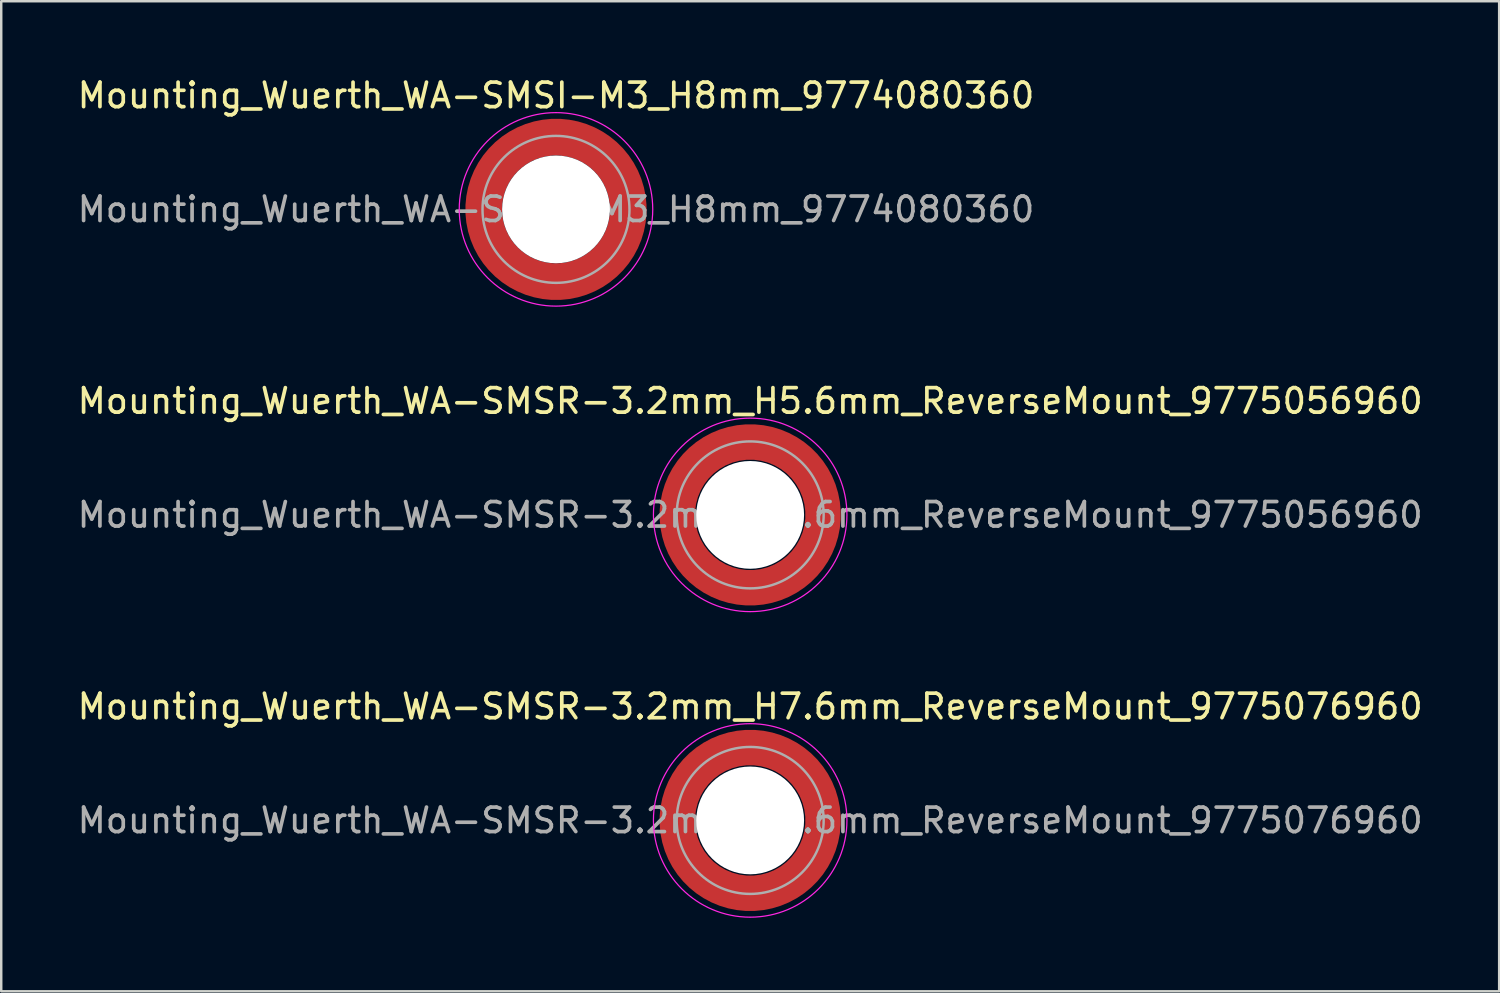
<source format=kicad_pcb>
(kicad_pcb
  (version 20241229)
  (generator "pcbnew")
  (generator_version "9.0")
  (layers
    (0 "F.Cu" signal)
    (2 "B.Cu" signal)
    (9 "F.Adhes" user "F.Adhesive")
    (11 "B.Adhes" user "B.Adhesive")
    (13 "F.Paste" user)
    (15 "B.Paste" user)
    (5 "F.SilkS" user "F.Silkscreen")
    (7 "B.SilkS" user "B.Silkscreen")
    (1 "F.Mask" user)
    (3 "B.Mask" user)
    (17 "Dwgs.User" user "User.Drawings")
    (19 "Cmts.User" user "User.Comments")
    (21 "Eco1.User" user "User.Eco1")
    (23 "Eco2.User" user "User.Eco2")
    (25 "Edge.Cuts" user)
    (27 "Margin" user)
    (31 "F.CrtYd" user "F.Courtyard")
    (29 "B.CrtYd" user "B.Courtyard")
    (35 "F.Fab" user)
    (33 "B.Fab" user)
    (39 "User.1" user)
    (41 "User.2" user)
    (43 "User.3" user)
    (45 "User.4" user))
  (footprint "Mounting_Wuerth_WA-SMSI-M3_H8mm_9774080360"
    (layer "F.Cu")
    (at 19.649 5.498)
    (property "Reference" "Mounting_Wuerth_WA-SMSI-M3_H8mm_9774080360" (at 0 -4.65 0) (layer "F.SilkS") (effects (font (size 1 1) (thickness 0.15))))
    (attr smd allow_soldermask_bridges)
    (fp_circle (center 0 0) (end 3.95 0) (stroke (width 0.05) (type solid)) (fill no) (layer "F.CrtYd"))
    (fp_circle (center 0 0) (end 3 0) (stroke (width 0.1) (type solid)) (fill no) (layer "F.Fab"))
    (fp_text user "${REFERENCE}" (at 0 0 0) (layer "F.Fab") (effects (font (size 1 1) (thickness 0.15))))
    (pad "" smd custom (at -2.058 -2.058) (size 0.55 0.55) (layers "F.Paste") (options (anchor circle)) (primitives (gr_arc (start -0.377294 1.707681) (mid 0.318198 0.318198) (end 1.707681 -0.377294) (width 0.2)) (gr_arc (start -0.478281 1.707681) (mid 0.247487 0.247487) (end 1.707681 -0.478281) (width 0.2)) (gr_arc (start -0.579192 1.707681) (mid 0.176777 0.176777) (end 1.707681 -0.579192) (width 0.2)) (gr_arc (start -0.680037 1.707681) (mid 0.106066 0.106066) (end 1.707681 -0.680037) (width 0.2)) (gr_arc (start -0.780822 1.707681) (mid 0.035355 0.035355) (end 1.707681 -0.780822) (width 0.2)) (gr_arc (start -0.881554 1.707681) (mid -0.035355 -0.035355) (end 1.707681 -0.881554) (width 0.2)) (gr_arc (start -0.982237 1.707681) (mid -0.106066 -0.106066) (end 1.707681 -0.982237) (width 0.2)) (gr_arc (start -1.082877 1.707681) (mid -0.176777 -0.176777) (end 1.707681 -1.082877) (width 0.2)) (gr_arc (start -1.183476 1.707681) (mid -0.247487 -0.247487) (end 1.707681 -1.183476) (width 0.2)) (gr_arc (start -1.28404 1.707681) (mid -0.318198 -0.318198) (end 1.707681 -1.28404) (width 0.2)) (gr_line (start 1.708 -0.377) (end 1.708 -1.284) (width 0.2)) (gr_line (start -0.377 1.708) (end -1.284 1.708) (width 0.2))))
    (pad "" smd custom (at -2.058 2.058) (size 0.55 0.55) (layers "F.Paste") (options (anchor circle)) (primitives (gr_arc (start 1.707681 0.377294) (mid 0.318198 -0.318198) (end -0.377294 -1.707681) (width 0.2)) (gr_arc (start 1.707681 0.478281) (mid 0.247487 -0.247487) (end -0.478281 -1.707681) (width 0.2)) (gr_arc (start 1.707681 0.579192) (mid 0.176777 -0.176777) (end -0.579192 -1.707681) (width 0.2)) (gr_arc (start 1.707681 0.680037) (mid 0.106066 -0.106066) (end -0.680037 -1.707681) (width 0.2)) (gr_arc (start 1.707681 0.780822) (mid 0.035355 -0.035355) (end -0.780822 -1.707681) (width 0.2)) (gr_arc (start 1.707681 0.881554) (mid -0.035355 0.035355) (end -0.881554 -1.707681) (width 0.2)) (gr_arc (start 1.707681 0.982237) (mid -0.106066 0.106066) (end -0.982237 -1.707681) (width 0.2)) (gr_arc (start 1.707681 1.082877) (mid -0.176777 0.176777) (end -1.082877 -1.707681) (width 0.2)) (gr_arc (start 1.707681 1.183476) (mid -0.247487 0.247487) (end -1.183476 -1.707681) (width 0.2)) (gr_arc (start 1.707681 1.28404) (mid -0.318198 0.318198) (end -1.28404 -1.707681) (width 0.2)) (gr_line (start -0.377 -1.708) (end -1.284 -1.708) (width 0.2)) (gr_line (start 1.708 0.377) (end 1.708 1.284) (width 0.2))))
    (pad "" np_thru_hole circle (at 0 0) (size 4.4 4.4) (drill 4.4) (layers "*.Cu" "*.Mask"))
    (pad "" smd custom (at 2.058 -2.058) (size 0.55 0.55) (layers "F.Paste") (options (anchor circle)) (primitives (gr_arc (start -1.707681 -0.377294) (mid -0.318198 0.318198) (end 0.377294 1.707681) (width 0.2)) (gr_arc (start -1.707681 -0.478281) (mid -0.247487 0.247487) (end 0.478281 1.707681) (width 0.2)) (gr_arc (start -1.707681 -0.579192) (mid -0.176777 0.176777) (end 0.579192 1.707681) (width 0.2)) (gr_arc (start -1.707681 -0.680037) (mid -0.106066 0.106066) (end 0.680037 1.707681) (width 0.2)) (gr_arc (start -1.707681 -0.780822) (mid -0.035355 0.035355) (end 0.780822 1.707681) (width 0.2)) (gr_arc (start -1.707681 -0.881554) (mid 0.035355 -0.035355) (end 0.881554 1.707681) (width 0.2)) (gr_arc (start -1.707681 -0.982237) (mid 0.106066 -0.106066) (end 0.982237 1.707681) (width 0.2)) (gr_arc (start -1.707681 -1.082877) (mid 0.176777 -0.176777) (end 1.082877 1.707681) (width 0.2)) (gr_arc (start -1.707681 -1.183476) (mid 0.247487 -0.247487) (end 1.183476 1.707681) (width 0.2)) (gr_arc (start -1.707681 -1.28404) (mid 0.318198 -0.318198) (end 1.28404 1.707681) (width 0.2)) (gr_line (start 0.377 1.708) (end 1.284 1.708) (width 0.2)) (gr_line (start -1.708 -0.377) (end -1.708 -1.284) (width 0.2))))
    (pad "" smd custom (at 2.058 2.058) (size 0.55 0.55) (layers "F.Paste") (options (anchor circle)) (primitives (gr_arc (start 0.377294 -1.707681) (mid -0.318198 -0.318198) (end -1.707681 0.377294) (width 0.2)) (gr_arc (start 0.478281 -1.707681) (mid -0.247487 -0.247487) (end -1.707681 0.478281) (width 0.2)) (gr_arc (start 0.579192 -1.707681) (mid -0.176777 -0.176777) (end -1.707681 0.579192) (width 0.2)) (gr_arc (start 0.680037 -1.707681) (mid -0.106066 -0.106066) (end -1.707681 0.680037) (width 0.2)) (gr_arc (start 0.780822 -1.707681) (mid -0.035355 -0.035355) (end -1.707681 0.780822) (width 0.2)) (gr_arc (start 0.881554 -1.707681) (mid 0.035355 0.035355) (end -1.707681 0.881554) (width 0.2)) (gr_arc (start 0.982237 -1.707681) (mid 0.106066 0.106066) (end -1.707681 0.982237) (width 0.2)) (gr_arc (start 1.082877 -1.707681) (mid 0.176777 0.176777) (end -1.707681 1.082877) (width 0.2)) (gr_arc (start 1.183476 -1.707681) (mid 0.247487 0.247487) (end -1.707681 1.183476) (width 0.2)) (gr_arc (start 1.28404 -1.707681) (mid 0.318198 0.318198) (end -1.707681 1.28404) (width 0.2)) (gr_line (start -1.708 0.377) (end -1.708 1.284) (width 0.2)) (gr_line (start 0.377 -1.708) (end 1.284 -1.708) (width 0.2))))
    (pad "1" smd circle (at -2.95 0) (size 0.992 0.992) (layers "F.Cu"))
    (pad "1" smd circle (at 0 -2.95) (size 0.992 0.992) (layers "F.Cu"))
    (pad "1" smd circle (at 0 2.95) (size 0.992 0.992) (layers "F.Cu"))
    (pad "1" smd custom (at 2.95 0) (size 1.5 1.5) (layers "F.Cu" "F.Mask") (options (anchor circle)) (primitives (gr_circle (center -2.95 0) (end 0 0) (width 1.5) (fill no)))))
  (footprint "Mounting_Wuerth_WA-SMSR-3.2mm_H7.6mm_ReverseMount_9775076960"
    (layer "F.Cu")
    (at 27.577 30.445)
    (property "Reference" "Mounting_Wuerth_WA-SMSR-3.2mm_H7.6mm_ReverseMount_9775076960" (at 0 -4.65 0) (layer "F.SilkS") (effects (font (size 1 1) (thickness 0.15))))
    (attr smd allow_soldermask_bridges)
    (fp_circle (center 0 0) (end 3.95 0) (stroke (width 0.05) (type solid)) (fill no) (layer "F.CrtYd"))
    (fp_circle (center 0 0) (end 3 0) (stroke (width 0.1) (type solid)) (fill no) (layer "F.Fab"))
    (fp_text user "${REFERENCE}" (at 0 0 0) (layer "F.Fab") (effects (font (size 1 1) (thickness 0.15))))
    (pad "" smd custom (at -2.095 -2.095) (size 0.672 0.672) (layers "F.Paste") (options (anchor circle)) (primitives (gr_arc (start -0.24231 1.594804) (mid 0.404819 0.404819) (end 1.594804 -0.24231) (width 0.2)) (gr_arc (start -0.3398 1.594804) (mid 0.337349 0.337349) (end 1.594804 -0.3398) (width 0.2)) (gr_arc (start -0.437132 1.594804) (mid 0.269879 0.269879) (end 1.594804 -0.437132) (width 0.2)) (gr_arc (start -0.534324 1.594804) (mid 0.202409 0.202409) (end 1.594804 -0.534324) (width 0.2)) (gr_arc (start -0.631391 1.594804) (mid 0.13494 0.13494) (end 1.594804 -0.631391) (width 0.2)) (gr_arc (start -0.728345 1.594804) (mid 0.06747 0.06747) (end 1.594804 -0.728345) (width 0.2)) (gr_arc (start -0.825197 1.594804) (mid 0 0) (end 1.594804 -0.825197) (width 0.2)) (gr_arc (start -0.921958 1.594804) (mid -0.06747 -0.06747) (end 1.594804 -0.921958) (width 0.2)) (gr_arc (start -1.018637 1.594804) (mid -0.13494 -0.13494) (end 1.594804 -1.018637) (width 0.2)) (gr_arc (start -1.115239 1.594804) (mid -0.202409 -0.202409) (end 1.594804 -1.115239) (width 0.2)) (gr_arc (start -1.211773 1.594804) (mid -0.269879 -0.269879) (end 1.594804 -1.211773) (width 0.2)) (gr_arc (start -1.308244 1.594804) (mid -0.337349 -0.337349) (end 1.594804 -1.308244) (width 0.2)) (gr_arc (start -1.404657 1.594804) (mid -0.404819 -0.404819) (end 1.594804 -1.404657) (width 0.2)) (gr_arc (start -1.404657 1.594804) (mid -0.404819 -0.404819) (end 1.594804 -1.404657) (width 0.2)) (gr_line (start 1.595 -0.242) (end 1.595 -1.405) (width 0.2)) (gr_line (start -0.242 1.595) (end -1.405 1.595) (width 0.2))))
    (pad "" smd custom (at -2.095 2.095) (size 0.672 0.672) (layers "F.Paste") (options (anchor circle)) (primitives (gr_arc (start 1.594804 0.24231) (mid 0.404819 -0.404819) (end -0.24231 -1.594804) (width 0.2)) (gr_arc (start 1.594804 0.3398) (mid 0.337349 -0.337349) (end -0.3398 -1.594804) (width 0.2)) (gr_arc (start 1.594804 0.437132) (mid 0.269879 -0.269879) (end -0.437132 -1.594804) (width 0.2)) (gr_arc (start 1.594804 0.534324) (mid 0.202409 -0.202409) (end -0.534324 -1.594804) (width 0.2)) (gr_arc (start 1.594804 0.631391) (mid 0.13494 -0.13494) (end -0.631391 -1.594804) (width 0.2)) (gr_arc (start 1.594804 0.728345) (mid 0.06747 -0.06747) (end -0.728345 -1.594804) (width 0.2)) (gr_arc (start 1.594804 0.825197) (mid 0 0) (end -0.825197 -1.594804) (width 0.2)) (gr_arc (start 1.594804 0.921958) (mid -0.06747 0.06747) (end -0.921958 -1.594804) (width 0.2)) (gr_arc (start 1.594804 1.018637) (mid -0.13494 0.13494) (end -1.018637 -1.594804) (width 0.2)) (gr_arc (start 1.594804 1.115239) (mid -0.202409 0.202409) (end -1.115239 -1.594804) (width 0.2)) (gr_arc (start 1.594804 1.211773) (mid -0.269879 0.269879) (end -1.211773 -1.594804) (width 0.2)) (gr_arc (start 1.594804 1.308244) (mid -0.337349 0.337349) (end -1.308244 -1.594804) (width 0.2)) (gr_arc (start 1.594804 1.404657) (mid -0.404819 0.404819) (end -1.404657 -1.594804) (width 0.2)) (gr_arc (start 1.594804 1.404657) (mid -0.404819 0.404819) (end -1.404657 -1.594804) (width 0.2)) (gr_line (start -0.242 -1.595) (end -1.405 -1.595) (width 0.2)) (gr_line (start 1.595 0.242) (end 1.595 1.405) (width 0.2))))
    (pad "" np_thru_hole circle (at 0 0) (size 4.4 4.4) (drill 4.4) (layers "*.Cu" "*.Mask"))
    (pad "" smd custom (at 2.095 -2.095) (size 0.672 0.672) (layers "F.Paste") (options (anchor circle)) (primitives (gr_arc (start -1.594804 -0.24231) (mid -0.404819 0.404819) (end 0.24231 1.594804) (width 0.2)) (gr_arc (start -1.594804 -0.3398) (mid -0.337349 0.337349) (end 0.3398 1.594804) (width 0.2)) (gr_arc (start -1.594804 -0.437132) (mid -0.269879 0.269879) (end 0.437132 1.594804) (width 0.2)) (gr_arc (start -1.594804 -0.534324) (mid -0.202409 0.202409) (end 0.534324 1.594804) (width 0.2)) (gr_arc (start -1.594804 -0.631391) (mid -0.13494 0.13494) (end 0.631391 1.594804) (width 0.2)) (gr_arc (start -1.594804 -0.728345) (mid -0.06747 0.06747) (end 0.728345 1.594804) (width 0.2)) (gr_arc (start -1.594804 -0.825197) (mid 0 0) (end 0.825197 1.594804) (width 0.2)) (gr_arc (start -1.594804 -0.921958) (mid 0.06747 -0.06747) (end 0.921958 1.594804) (width 0.2)) (gr_arc (start -1.594804 -1.018637) (mid 0.13494 -0.13494) (end 1.018637 1.594804) (width 0.2)) (gr_arc (start -1.594804 -1.115239) (mid 0.202409 -0.202409) (end 1.115239 1.594804) (width 0.2)) (gr_arc (start -1.594804 -1.211773) (mid 0.269879 -0.269879) (end 1.211773 1.594804) (width 0.2)) (gr_arc (start -1.594804 -1.308244) (mid 0.337349 -0.337349) (end 1.308244 1.594804) (width 0.2)) (gr_arc (start -1.594804 -1.404657) (mid 0.404819 -0.404819) (end 1.404657 1.594804) (width 0.2)) (gr_arc (start -1.594804 -1.404657) (mid 0.404819 -0.404819) (end 1.404657 1.594804) (width 0.2)) (gr_line (start 0.242 1.595) (end 1.405 1.595) (width 0.2)) (gr_line (start -1.595 -0.242) (end -1.595 -1.405) (width 0.2))))
    (pad "" smd custom (at 2.095 2.095) (size 0.672 0.672) (layers "F.Paste") (options (anchor circle)) (primitives (gr_arc (start 0.24231 -1.594804) (mid -0.404819 -0.404819) (end -1.594804 0.24231) (width 0.2)) (gr_arc (start 0.3398 -1.594804) (mid -0.337349 -0.337349) (end -1.594804 0.3398) (width 0.2)) (gr_arc (start 0.437132 -1.594804) (mid -0.269879 -0.269879) (end -1.594804 0.437132) (width 0.2)) (gr_arc (start 0.534324 -1.594804) (mid -0.202409 -0.202409) (end -1.594804 0.534324) (width 0.2)) (gr_arc (start 0.631391 -1.594804) (mid -0.13494 -0.13494) (end -1.594804 0.631391) (width 0.2)) (gr_arc (start 0.728345 -1.594804) (mid -0.06747 -0.06747) (end -1.594804 0.728345) (width 0.2)) (gr_arc (start 0.825197 -1.594804) (mid 0 0) (end -1.594804 0.825197) (width 0.2)) (gr_arc (start 0.921958 -1.594804) (mid 0.06747 0.06747) (end -1.594804 0.921958) (width 0.2)) (gr_arc (start 1.018637 -1.594804) (mid 0.13494 0.13494) (end -1.594804 1.018637) (width 0.2)) (gr_arc (start 1.115239 -1.594804) (mid 0.202409 0.202409) (end -1.594804 1.115239) (width 0.2)) (gr_arc (start 1.211773 -1.594804) (mid 0.269879 0.269879) (end -1.594804 1.211773) (width 0.2)) (gr_arc (start 1.308244 -1.594804) (mid 0.337349 0.337349) (end -1.594804 1.308244) (width 0.2)) (gr_arc (start 1.404657 -1.594804) (mid 0.404819 0.404819) (end -1.594804 1.404657) (width 0.2)) (gr_arc (start 1.404657 -1.594804) (mid 0.404819 0.404819) (end -1.594804 1.404657) (width 0.2)) (gr_line (start -1.595 0.242) (end -1.595 1.405) (width 0.2)) (gr_line (start 0.242 -1.595) (end 1.405 -1.595) (width 0.2))))
    (pad "1" smd circle (at -2.975 0) (size 0.942 0.942) (layers "F.Cu"))
    (pad "1" smd circle (at 0 -2.975) (size 0.942 0.942) (layers "F.Cu"))
    (pad "1" smd circle (at 0 2.975) (size 0.942 0.942) (layers "F.Cu"))
    (pad "1" smd custom (at 2.975 0) (size 1.45 1.45) (layers "F.Cu" "F.Mask") (options (anchor circle)) (primitives (gr_circle (center -2.975 0) (end 0 0) (width 1.45) (fill no)))))
  (footprint "Mounting_Wuerth_WA-SMSR-3.2mm_H5.6mm_ReverseMount_9775056960"
    (layer "F.Cu")
    (at 27.577 17.971)
    (property "Reference" "Mounting_Wuerth_WA-SMSR-3.2mm_H5.6mm_ReverseMount_9775056960" (at 0 -4.65 0) (layer "F.SilkS") (effects (font (size 1 1) (thickness 0.15))))
    (attr smd allow_soldermask_bridges)
    (fp_circle (center 0 0) (end 3.95 0) (stroke (width 0.05) (type solid)) (fill no) (layer "F.CrtYd"))
    (fp_circle (center 0 0) (end 3 0) (stroke (width 0.1) (type solid)) (fill no) (layer "F.Fab"))
    (fp_text user "${REFERENCE}" (at 0 0 0) (layer "F.Fab") (effects (font (size 1 1) (thickness 0.15))))
    (pad "" smd custom (at -2.095 -2.095) (size 0.672 0.672) (layers "F.Paste") (options (anchor circle)) (primitives (gr_arc (start -0.24231 1.594804) (mid 0.404819 0.404819) (end 1.594804 -0.24231) (width 0.2)) (gr_arc (start -0.3398 1.594804) (mid 0.337349 0.337349) (end 1.594804 -0.3398) (width 0.2)) (gr_arc (start -0.437132 1.594804) (mid 0.269879 0.269879) (end 1.594804 -0.437132) (width 0.2)) (gr_arc (start -0.534324 1.594804) (mid 0.202409 0.202409) (end 1.594804 -0.534324) (width 0.2)) (gr_arc (start -0.631391 1.594804) (mid 0.13494 0.13494) (end 1.594804 -0.631391) (width 0.2)) (gr_arc (start -0.728345 1.594804) (mid 0.06747 0.06747) (end 1.594804 -0.728345) (width 0.2)) (gr_arc (start -0.825197 1.594804) (mid 0 0) (end 1.594804 -0.825197) (width 0.2)) (gr_arc (start -0.921958 1.594804) (mid -0.06747 -0.06747) (end 1.594804 -0.921958) (width 0.2)) (gr_arc (start -1.018637 1.594804) (mid -0.13494 -0.13494) (end 1.594804 -1.018637) (width 0.2)) (gr_arc (start -1.115239 1.594804) (mid -0.202409 -0.202409) (end 1.594804 -1.115239) (width 0.2)) (gr_arc (start -1.211773 1.594804) (mid -0.269879 -0.269879) (end 1.594804 -1.211773) (width 0.2)) (gr_arc (start -1.308244 1.594804) (mid -0.337349 -0.337349) (end 1.594804 -1.308244) (width 0.2)) (gr_arc (start -1.404657 1.594804) (mid -0.404819 -0.404819) (end 1.594804 -1.404657) (width 0.2)) (gr_arc (start -1.404657 1.594804) (mid -0.404819 -0.404819) (end 1.594804 -1.404657) (width 0.2)) (gr_line (start 1.595 -0.242) (end 1.595 -1.405) (width 0.2)) (gr_line (start -0.242 1.595) (end -1.405 1.595) (width 0.2))))
    (pad "" smd custom (at -2.095 2.095) (size 0.672 0.672) (layers "F.Paste") (options (anchor circle)) (primitives (gr_arc (start 1.594804 0.24231) (mid 0.404819 -0.404819) (end -0.24231 -1.594804) (width 0.2)) (gr_arc (start 1.594804 0.3398) (mid 0.337349 -0.337349) (end -0.3398 -1.594804) (width 0.2)) (gr_arc (start 1.594804 0.437132) (mid 0.269879 -0.269879) (end -0.437132 -1.594804) (width 0.2)) (gr_arc (start 1.594804 0.534324) (mid 0.202409 -0.202409) (end -0.534324 -1.594804) (width 0.2)) (gr_arc (start 1.594804 0.631391) (mid 0.13494 -0.13494) (end -0.631391 -1.594804) (width 0.2)) (gr_arc (start 1.594804 0.728345) (mid 0.06747 -0.06747) (end -0.728345 -1.594804) (width 0.2)) (gr_arc (start 1.594804 0.825197) (mid 0 0) (end -0.825197 -1.594804) (width 0.2)) (gr_arc (start 1.594804 0.921958) (mid -0.06747 0.06747) (end -0.921958 -1.594804) (width 0.2)) (gr_arc (start 1.594804 1.018637) (mid -0.13494 0.13494) (end -1.018637 -1.594804) (width 0.2)) (gr_arc (start 1.594804 1.115239) (mid -0.202409 0.202409) (end -1.115239 -1.594804) (width 0.2)) (gr_arc (start 1.594804 1.211773) (mid -0.269879 0.269879) (end -1.211773 -1.594804) (width 0.2)) (gr_arc (start 1.594804 1.308244) (mid -0.337349 0.337349) (end -1.308244 -1.594804) (width 0.2)) (gr_arc (start 1.594804 1.404657) (mid -0.404819 0.404819) (end -1.404657 -1.594804) (width 0.2)) (gr_arc (start 1.594804 1.404657) (mid -0.404819 0.404819) (end -1.404657 -1.594804) (width 0.2)) (gr_line (start -0.242 -1.595) (end -1.405 -1.595) (width 0.2)) (gr_line (start 1.595 0.242) (end 1.595 1.405) (width 0.2))))
    (pad "" np_thru_hole circle (at 0 0) (size 4.4 4.4) (drill 4.4) (layers "*.Cu" "*.Mask"))
    (pad "" smd custom (at 2.095 -2.095) (size 0.672 0.672) (layers "F.Paste") (options (anchor circle)) (primitives (gr_arc (start -1.594804 -0.24231) (mid -0.404819 0.404819) (end 0.24231 1.594804) (width 0.2)) (gr_arc (start -1.594804 -0.3398) (mid -0.337349 0.337349) (end 0.3398 1.594804) (width 0.2)) (gr_arc (start -1.594804 -0.437132) (mid -0.269879 0.269879) (end 0.437132 1.594804) (width 0.2)) (gr_arc (start -1.594804 -0.534324) (mid -0.202409 0.202409) (end 0.534324 1.594804) (width 0.2)) (gr_arc (start -1.594804 -0.631391) (mid -0.13494 0.13494) (end 0.631391 1.594804) (width 0.2)) (gr_arc (start -1.594804 -0.728345) (mid -0.06747 0.06747) (end 0.728345 1.594804) (width 0.2)) (gr_arc (start -1.594804 -0.825197) (mid 0 0) (end 0.825197 1.594804) (width 0.2)) (gr_arc (start -1.594804 -0.921958) (mid 0.06747 -0.06747) (end 0.921958 1.594804) (width 0.2)) (gr_arc (start -1.594804 -1.018637) (mid 0.13494 -0.13494) (end 1.018637 1.594804) (width 0.2)) (gr_arc (start -1.594804 -1.115239) (mid 0.202409 -0.202409) (end 1.115239 1.594804) (width 0.2)) (gr_arc (start -1.594804 -1.211773) (mid 0.269879 -0.269879) (end 1.211773 1.594804) (width 0.2)) (gr_arc (start -1.594804 -1.308244) (mid 0.337349 -0.337349) (end 1.308244 1.594804) (width 0.2)) (gr_arc (start -1.594804 -1.404657) (mid 0.404819 -0.404819) (end 1.404657 1.594804) (width 0.2)) (gr_arc (start -1.594804 -1.404657) (mid 0.404819 -0.404819) (end 1.404657 1.594804) (width 0.2)) (gr_line (start 0.242 1.595) (end 1.405 1.595) (width 0.2)) (gr_line (start -1.595 -0.242) (end -1.595 -1.405) (width 0.2))))
    (pad "" smd custom (at 2.095 2.095) (size 0.672 0.672) (layers "F.Paste") (options (anchor circle)) (primitives (gr_arc (start 0.24231 -1.594804) (mid -0.404819 -0.404819) (end -1.594804 0.24231) (width 0.2)) (gr_arc (start 0.3398 -1.594804) (mid -0.337349 -0.337349) (end -1.594804 0.3398) (width 0.2)) (gr_arc (start 0.437132 -1.594804) (mid -0.269879 -0.269879) (end -1.594804 0.437132) (width 0.2)) (gr_arc (start 0.534324 -1.594804) (mid -0.202409 -0.202409) (end -1.594804 0.534324) (width 0.2)) (gr_arc (start 0.631391 -1.594804) (mid -0.13494 -0.13494) (end -1.594804 0.631391) (width 0.2)) (gr_arc (start 0.728345 -1.594804) (mid -0.06747 -0.06747) (end -1.594804 0.728345) (width 0.2)) (gr_arc (start 0.825197 -1.594804) (mid 0 0) (end -1.594804 0.825197) (width 0.2)) (gr_arc (start 0.921958 -1.594804) (mid 0.06747 0.06747) (end -1.594804 0.921958) (width 0.2)) (gr_arc (start 1.018637 -1.594804) (mid 0.13494 0.13494) (end -1.594804 1.018637) (width 0.2)) (gr_arc (start 1.115239 -1.594804) (mid 0.202409 0.202409) (end -1.594804 1.115239) (width 0.2)) (gr_arc (start 1.211773 -1.594804) (mid 0.269879 0.269879) (end -1.594804 1.211773) (width 0.2)) (gr_arc (start 1.308244 -1.594804) (mid 0.337349 0.337349) (end -1.594804 1.308244) (width 0.2)) (gr_arc (start 1.404657 -1.594804) (mid 0.404819 0.404819) (end -1.594804 1.404657) (width 0.2)) (gr_arc (start 1.404657 -1.594804) (mid 0.404819 0.404819) (end -1.594804 1.404657) (width 0.2)) (gr_line (start -1.595 0.242) (end -1.595 1.405) (width 0.2)) (gr_line (start 0.242 -1.595) (end 1.405 -1.595) (width 0.2))))
    (pad "1" smd circle (at -2.975 0) (size 0.942 0.942) (layers "F.Cu"))
    (pad "1" smd circle (at 0 -2.975) (size 0.942 0.942) (layers "F.Cu"))
    (pad "1" smd circle (at 0 2.975) (size 0.942 0.942) (layers "F.Cu"))
    (pad "1" smd custom (at 2.975 0) (size 1.45 1.45) (layers "F.Cu" "F.Mask") (options (anchor circle)) (primitives (gr_circle (center -2.975 0) (end 0 0) (width 1.45) (fill no)))))
  (gr_rect
    (start -3 -3)
    (end 58.155 37.42)
    (stroke (width 0.1) (type default))
    (fill no)
    (layer "Edge.Cuts")))
</source>
